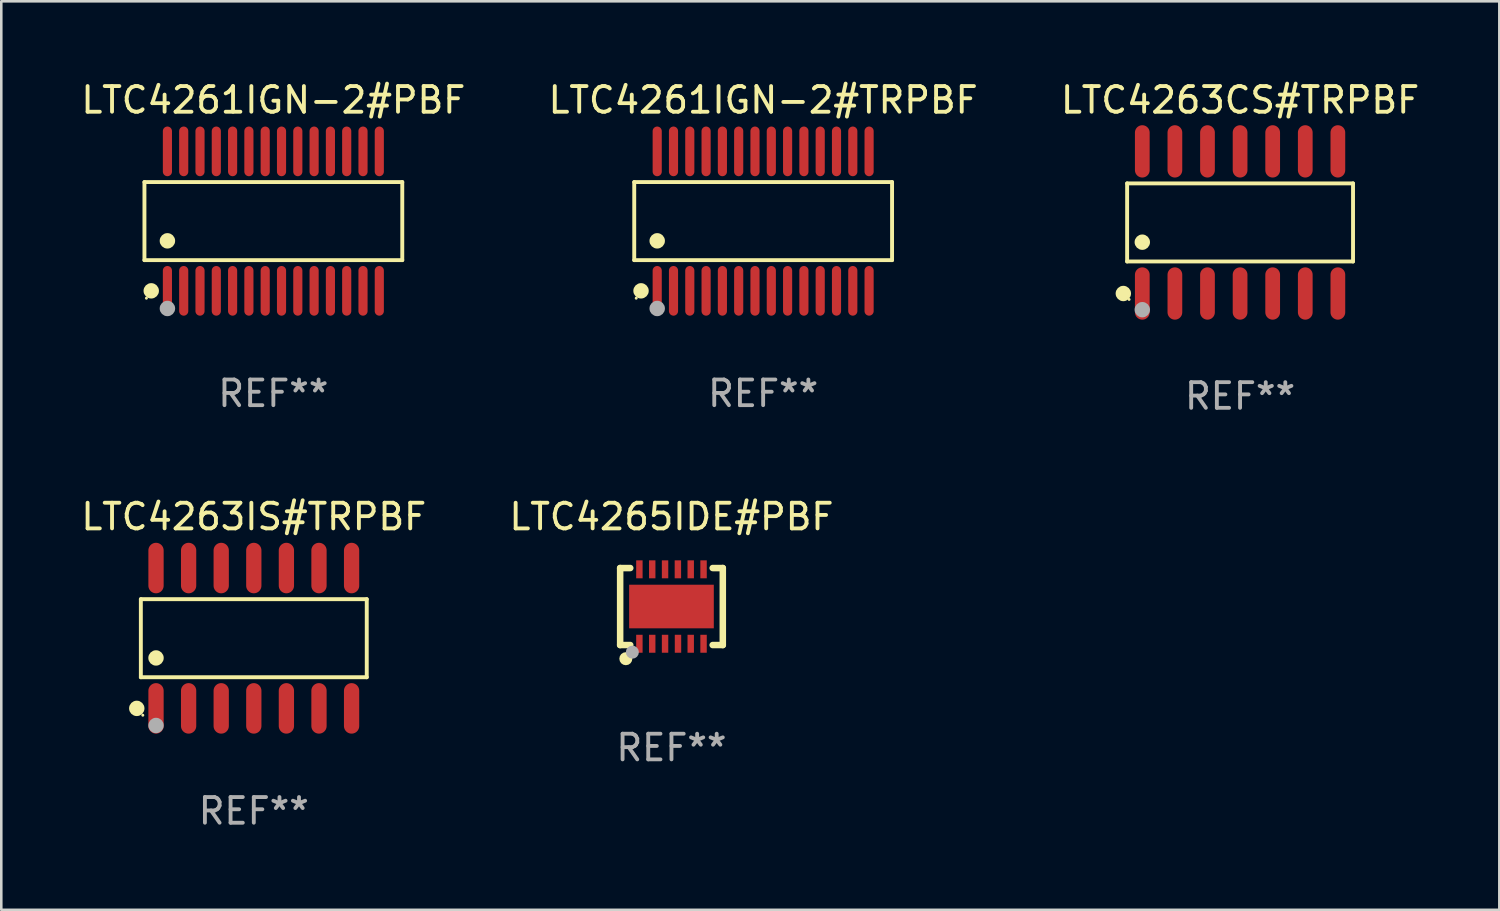
<source format=kicad_pcb>
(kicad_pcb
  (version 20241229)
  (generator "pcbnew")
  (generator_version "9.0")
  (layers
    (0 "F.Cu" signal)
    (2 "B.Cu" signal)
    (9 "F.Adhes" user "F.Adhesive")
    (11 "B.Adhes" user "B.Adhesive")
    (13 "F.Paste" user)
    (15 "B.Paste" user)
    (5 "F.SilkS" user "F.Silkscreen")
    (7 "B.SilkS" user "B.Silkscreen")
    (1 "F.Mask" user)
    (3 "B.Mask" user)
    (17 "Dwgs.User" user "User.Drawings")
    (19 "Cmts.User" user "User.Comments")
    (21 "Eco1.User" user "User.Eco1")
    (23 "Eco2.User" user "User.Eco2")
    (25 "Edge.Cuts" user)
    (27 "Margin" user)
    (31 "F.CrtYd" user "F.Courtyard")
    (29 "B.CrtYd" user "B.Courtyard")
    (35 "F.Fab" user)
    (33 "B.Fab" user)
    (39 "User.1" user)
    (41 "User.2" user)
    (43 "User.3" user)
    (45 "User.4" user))
  (footprint "LTC4263CS#TRPBF"
    (layer "F.Cu")
    (at 45.268 5.617)
    (property "Reference" "LTC4263CS#TRPBF" (at 0 -4.769 0) (layer "F.SilkS") (effects (font (size 1 1) (thickness 0.15))))
    (attr through_hole)
    (fp_line (start -4.401 -1.521) (end 4.401 -1.521) (stroke (width 0.152) (type solid)) (layer "F.SilkS"))
    (fp_line (start -4.401 1.521) (end -4.401 -1.521) (stroke (width 0.152) (type solid)) (layer "F.SilkS"))
    (fp_line (start 4.401 -1.521) (end 4.401 1.521) (stroke (width 0.152) (type solid)) (layer "F.SilkS"))
    (fp_line (start 4.401 1.521) (end -4.401 1.521) (stroke (width 0.152) (type solid)) (layer "F.SilkS"))
    (fp_circle (center -4.549 2.769) (end -4.399 2.769) (stroke (width 0.3) (type solid)) (fill no) (layer "F.SilkS"))
    (fp_circle (center -4.325 3) (end -4.295 3) (stroke (width 0.06) (type solid)) (fill no) (layer "F.SilkS"))
    (fp_circle (center -3.81 0.769) (end -3.66 0.769) (stroke (width 0.3) (type solid)) (fill no) (layer "F.SilkS"))
    (fp_circle (center -3.81 3.4) (end -3.66 3.4) (stroke (width 0.3) (type solid)) (fill no) (layer "F.Fab"))
    (fp_text user "REF**" (at 0 6.769 0) (layer "F.Fab") (effects (font (size 1 1) (thickness 0.15))))
    (pad "1" smd oval (at -3.81 2.769) (size 0.574 2.038) (layers "F.Cu" "F.Mask" "F.Paste"))
    (pad "2" smd oval (at -2.54 2.769) (size 0.574 2.038) (layers "F.Cu" "F.Mask" "F.Paste"))
    (pad "3" smd oval (at -1.27 2.769) (size 0.574 2.038) (layers "F.Cu" "F.Mask" "F.Paste"))
    (pad "4" smd oval (at 0 2.769) (size 0.574 2.038) (layers "F.Cu" "F.Mask" "F.Paste"))
    (pad "5" smd oval (at 1.27 2.769) (size 0.574 2.038) (layers "F.Cu" "F.Mask" "F.Paste"))
    (pad "6" smd oval (at 2.54 2.769) (size 0.574 2.038) (layers "F.Cu" "F.Mask" "F.Paste"))
    (pad "7" smd oval (at 3.81 2.769) (size 0.574 2.038) (layers "F.Cu" "F.Mask" "F.Paste"))
    (pad "8" smd oval (at 3.81 -2.769) (size 0.574 2.038) (layers "F.Cu" "F.Mask" "F.Paste"))
    (pad "9" smd oval (at 2.54 -2.769) (size 0.574 2.038) (layers "F.Cu" "F.Mask" "F.Paste"))
    (pad "10" smd oval (at 1.27 -2.769) (size 0.574 2.038) (layers "F.Cu" "F.Mask" "F.Paste"))
    (pad "11" smd oval (at 0 -2.769) (size 0.574 2.038) (layers "F.Cu" "F.Mask" "F.Paste"))
    (pad "12" smd oval (at -1.27 -2.769) (size 0.574 2.038) (layers "F.Cu" "F.Mask" "F.Paste"))
    (pad "13" smd oval (at -2.54 -2.769) (size 0.574 2.038) (layers "F.Cu" "F.Mask" "F.Paste"))
    (pad "14" smd oval (at -3.81 -2.769) (size 0.574 2.038) (layers "F.Cu" "F.Mask" "F.Paste")))
  (footprint "LTC4261IGN-2#TRPBF"
    (layer "F.Cu")
    (at 26.685 5.565)
    (property "Reference" "LTC4261IGN-2#TRPBF" (at 0 -4.717 0) (layer "F.SilkS") (effects (font (size 1 1) (thickness 0.15))))
    (attr through_hole)
    (fp_line (start -5.023 -1.521) (end 5.023 -1.521) (stroke (width 0.152) (type solid)) (layer "F.SilkS"))
    (fp_line (start -5.023 1.521) (end -5.023 -1.521) (stroke (width 0.152) (type solid)) (layer "F.SilkS"))
    (fp_line (start 5.023 -1.521) (end 5.023 1.521) (stroke (width 0.152) (type solid)) (layer "F.SilkS"))
    (fp_line (start 5.023 1.521) (end -5.023 1.521) (stroke (width 0.152) (type solid)) (layer "F.SilkS"))
    (fp_circle (center -4.946 3.004) (end -4.916 3.004) (stroke (width 0.06) (type solid)) (fill no) (layer "F.SilkS"))
    (fp_circle (center -4.758 2.717) (end -4.608 2.717) (stroke (width 0.3) (type solid)) (fill no) (layer "F.SilkS"))
    (fp_circle (center -4.128 0.769) (end -3.977 0.769) (stroke (width 0.3) (type solid)) (fill no) (layer "F.SilkS"))
    (fp_circle (center -4.128 3.404) (end -3.977 3.404) (stroke (width 0.3) (type solid)) (fill no) (layer "F.Fab"))
    (fp_text user "REF**" (at 0 6.717 0) (layer "F.Fab") (effects (font (size 1 1) (thickness 0.15))))
    (pad "1" smd oval (at -4.128 2.717) (size 0.356 1.935) (layers "F.Cu" "F.Mask" "F.Paste"))
    (pad "2" smd oval (at -3.493 2.717) (size 0.356 1.935) (layers "F.Cu" "F.Mask" "F.Paste"))
    (pad "3" smd oval (at -2.858 2.717) (size 0.356 1.935) (layers "F.Cu" "F.Mask" "F.Paste"))
    (pad "4" smd oval (at -2.223 2.717) (size 0.356 1.935) (layers "F.Cu" "F.Mask" "F.Paste"))
    (pad "5" smd oval (at -1.588 2.717) (size 0.356 1.935) (layers "F.Cu" "F.Mask" "F.Paste"))
    (pad "6" smd oval (at -0.953 2.717) (size 0.356 1.935) (layers "F.Cu" "F.Mask" "F.Paste"))
    (pad "7" smd oval (at -0.318 2.717) (size 0.356 1.935) (layers "F.Cu" "F.Mask" "F.Paste"))
    (pad "8" smd oval (at 0.318 2.717) (size 0.356 1.935) (layers "F.Cu" "F.Mask" "F.Paste"))
    (pad "9" smd oval (at 0.953 2.717) (size 0.356 1.935) (layers "F.Cu" "F.Mask" "F.Paste"))
    (pad "10" smd oval (at 1.588 2.717) (size 0.356 1.935) (layers "F.Cu" "F.Mask" "F.Paste"))
    (pad "11" smd oval (at 2.223 2.717) (size 0.356 1.935) (layers "F.Cu" "F.Mask" "F.Paste"))
    (pad "12" smd oval (at 2.858 2.717) (size 0.356 1.935) (layers "F.Cu" "F.Mask" "F.Paste"))
    (pad "13" smd oval (at 3.493 2.717) (size 0.356 1.935) (layers "F.Cu" "F.Mask" "F.Paste"))
    (pad "14" smd oval (at 4.128 2.717) (size 0.356 1.935) (layers "F.Cu" "F.Mask" "F.Paste"))
    (pad "15" smd oval (at 4.128 -2.717) (size 0.356 1.935) (layers "F.Cu" "F.Mask" "F.Paste"))
    (pad "16" smd oval (at 3.493 -2.717) (size 0.356 1.935) (layers "F.Cu" "F.Mask" "F.Paste"))
    (pad "17" smd oval (at 2.858 -2.717) (size 0.356 1.935) (layers "F.Cu" "F.Mask" "F.Paste"))
    (pad "18" smd oval (at 2.223 -2.717) (size 0.356 1.935) (layers "F.Cu" "F.Mask" "F.Paste"))
    (pad "19" smd oval (at 1.588 -2.717) (size 0.356 1.935) (layers "F.Cu" "F.Mask" "F.Paste"))
    (pad "20" smd oval (at 0.953 -2.717) (size 0.356 1.935) (layers "F.Cu" "F.Mask" "F.Paste"))
    (pad "21" smd oval (at 0.318 -2.717) (size 0.356 1.935) (layers "F.Cu" "F.Mask" "F.Paste"))
    (pad "22" smd oval (at -0.318 -2.717) (size 0.356 1.935) (layers "F.Cu" "F.Mask" "F.Paste"))
    (pad "23" smd oval (at -0.953 -2.717) (size 0.356 1.935) (layers "F.Cu" "F.Mask" "F.Paste"))
    (pad "24" smd oval (at -1.588 -2.717) (size 0.356 1.935) (layers "F.Cu" "F.Mask" "F.Paste"))
    (pad "25" smd oval (at -2.223 -2.717) (size 0.356 1.935) (layers "F.Cu" "F.Mask" "F.Paste"))
    (pad "26" smd oval (at -2.858 -2.717) (size 0.356 1.935) (layers "F.Cu" "F.Mask" "F.Paste"))
    (pad "27" smd oval (at -3.493 -2.717) (size 0.356 1.935) (layers "F.Cu" "F.Mask" "F.Paste"))
    (pad "28" smd oval (at -4.128 -2.717) (size 0.356 1.935) (layers "F.Cu" "F.Mask" "F.Paste")))
  (footprint "LTC4263IS#TRPBF"
    (layer "F.Cu")
    (at 6.839 21.817)
    (property "Reference" "LTC4263IS#TRPBF" (at 0 -4.734 0) (layer "F.SilkS") (effects (font (size 1 1) (thickness 0.15))))
    (attr through_hole)
    (fp_line (start -4.401 -1.521) (end 4.401 -1.521) (stroke (width 0.152) (type solid)) (layer "F.SilkS"))
    (fp_line (start -4.401 1.521) (end -4.401 -1.521) (stroke (width 0.152) (type solid)) (layer "F.SilkS"))
    (fp_line (start 4.401 -1.521) (end 4.401 1.521) (stroke (width 0.152) (type solid)) (layer "F.SilkS"))
    (fp_line (start 4.401 1.521) (end -4.401 1.521) (stroke (width 0.152) (type solid)) (layer "F.SilkS"))
    (fp_circle (center -4.56 2.734) (end -4.41 2.734) (stroke (width 0.3) (type solid)) (fill no) (layer "F.SilkS"))
    (fp_circle (center -4.325 3) (end -4.295 3) (stroke (width 0.06) (type solid)) (fill no) (layer "F.SilkS"))
    (fp_circle (center -3.81 0.769) (end -3.66 0.769) (stroke (width 0.3) (type solid)) (fill no) (layer "F.SilkS"))
    (fp_circle (center -3.81 3.4) (end -3.66 3.4) (stroke (width 0.3) (type solid)) (fill no) (layer "F.Fab"))
    (fp_text user "REF**" (at 0 6.734 0) (layer "F.Fab") (effects (font (size 1 1) (thickness 0.15))))
    (pad "1" smd oval (at -3.81 2.734) (size 0.595 1.968) (layers "F.Cu" "F.Mask" "F.Paste"))
    (pad "2" smd oval (at -2.54 2.734) (size 0.595 1.968) (layers "F.Cu" "F.Mask" "F.Paste"))
    (pad "3" smd oval (at -1.27 2.734) (size 0.595 1.968) (layers "F.Cu" "F.Mask" "F.Paste"))
    (pad "4" smd oval (at 0 2.734) (size 0.595 1.968) (layers "F.Cu" "F.Mask" "F.Paste"))
    (pad "5" smd oval (at 1.27 2.734) (size 0.595 1.968) (layers "F.Cu" "F.Mask" "F.Paste"))
    (pad "6" smd oval (at 2.54 2.734) (size 0.595 1.968) (layers "F.Cu" "F.Mask" "F.Paste"))
    (pad "7" smd oval (at 3.81 2.734) (size 0.595 1.968) (layers "F.Cu" "F.Mask" "F.Paste"))
    (pad "8" smd oval (at 3.81 -2.734) (size 0.595 1.968) (layers "F.Cu" "F.Mask" "F.Paste"))
    (pad "9" smd oval (at 2.54 -2.734) (size 0.595 1.968) (layers "F.Cu" "F.Mask" "F.Paste"))
    (pad "10" smd oval (at 1.27 -2.734) (size 0.595 1.968) (layers "F.Cu" "F.Mask" "F.Paste"))
    (pad "11" smd oval (at 0 -2.734) (size 0.595 1.968) (layers "F.Cu" "F.Mask" "F.Paste"))
    (pad "12" smd oval (at -1.27 -2.734) (size 0.595 1.968) (layers "F.Cu" "F.Mask" "F.Paste"))
    (pad "13" smd oval (at -2.54 -2.734) (size 0.595 1.968) (layers "F.Cu" "F.Mask" "F.Paste"))
    (pad "14" smd oval (at -3.81 -2.734) (size 0.595 1.968) (layers "F.Cu" "F.Mask" "F.Paste")))
  (footprint "LTC4265IDE#PBF"
    (layer "F.Cu")
    (at 23.113 20.583)
    (property "Reference" "LTC4265IDE#PBF" (at 0 -3.5 0) (layer "F.SilkS") (effects (font (size 1 1) (thickness 0.15))))
    (attr through_hole)
    (fp_line (start -2 -1.5) (end -2 1.5) (stroke (width 0.254) (type solid)) (layer "F.SilkS"))
    (fp_line (start -2 -1.5) (end -1.606 -1.5) (stroke (width 0.254) (type solid)) (layer "F.SilkS"))
    (fp_line (start -2 1.5) (end -1.606 1.5) (stroke (width 0.254) (type solid)) (layer "F.SilkS"))
    (fp_line (start 1.606 -1.5) (end 2 -1.5) (stroke (width 0.254) (type solid)) (layer "F.SilkS"))
    (fp_line (start 1.606 1.5) (end 2 1.5) (stroke (width 0.254) (type solid)) (layer "F.SilkS"))
    (fp_line (start 2 1.5) (end 2 -1.5) (stroke (width 0.254) (type solid)) (layer "F.SilkS"))
    (fp_circle (center -2 1.5) (end -1.97 1.5) (stroke (width 0.06) (type solid)) (fill no) (layer "F.SilkS"))
    (fp_circle (center -1.778 2.032) (end -1.651 2.032) (stroke (width 0.254) (type solid)) (fill no) (layer "F.SilkS"))
    (fp_circle (center -1.524 1.778) (end -1.397 1.778) (stroke (width 0.254) (type solid)) (fill no) (layer "F.Fab"))
    (fp_text user "REF**" (at 0 5.5 0) (layer "F.Fab") (effects (font (size 1 1) (thickness 0.15))))
    (pad "1" smd rect (at -1.25 1.45) (size 0.25 0.7) (layers "F.Cu" "F.Mask" "F.Paste"))
    (pad "2" smd rect (at -0.75 1.45) (size 0.25 0.7) (layers "F.Cu" "F.Mask" "F.Paste"))
    (pad "3" smd rect (at -0.25 1.45) (size 0.25 0.7) (layers "F.Cu" "F.Mask" "F.Paste"))
    (pad "4" smd rect (at 0.254 1.45) (size 0.25 0.7) (layers "F.Cu" "F.Mask" "F.Paste"))
    (pad "5" smd rect (at 0.75 1.45) (size 0.25 0.7) (layers "F.Cu" "F.Mask" "F.Paste"))
    (pad "6" smd rect (at 1.25 1.45) (size 0.25 0.7) (layers "F.Cu" "F.Mask" "F.Paste"))
    (pad "7" smd rect (at 1.25 -1.45) (size 0.25 0.7) (layers "F.Cu" "F.Mask" "F.Paste"))
    (pad "8" smd rect (at 0.75 -1.45) (size 0.25 0.7) (layers "F.Cu" "F.Mask" "F.Paste"))
    (pad "9" smd rect (at 0.25 -1.45) (size 0.25 0.7) (layers "F.Cu" "F.Mask" "F.Paste"))
    (pad "10" smd rect (at -0.25 -1.45) (size 0.25 0.7) (layers "F.Cu" "F.Mask" "F.Paste"))
    (pad "11" smd rect (at -0.75 -1.45) (size 0.25 0.7) (layers "F.Cu" "F.Mask" "F.Paste"))
    (pad "12" smd rect (at -1.25 -1.45) (size 0.25 0.7) (layers "F.Cu" "F.Mask" "F.Paste"))
    (pad "13" smd rect (at 0 -0.001) (size 3.299 1.699) (layers "F.Cu" "F.Mask" "F.Paste")))
  (footprint "LTC4261IGN-2#PBF"
    (layer "F.Cu")
    (at 7.601 5.565)
    (property "Reference" "LTC4261IGN-2#PBF" (at 0 -4.717 0) (layer "F.SilkS") (effects (font (size 1 1) (thickness 0.15))))
    (attr through_hole)
    (fp_line (start -5.023 -1.521) (end 5.023 -1.521) (stroke (width 0.152) (type solid)) (layer "F.SilkS"))
    (fp_line (start -5.023 1.521) (end -5.023 -1.521) (stroke (width 0.152) (type solid)) (layer "F.SilkS"))
    (fp_line (start 5.023 -1.521) (end 5.023 1.521) (stroke (width 0.152) (type solid)) (layer "F.SilkS"))
    (fp_line (start 5.023 1.521) (end -5.023 1.521) (stroke (width 0.152) (type solid)) (layer "F.SilkS"))
    (fp_circle (center -4.946 3.004) (end -4.916 3.004) (stroke (width 0.06) (type solid)) (fill no) (layer "F.SilkS"))
    (fp_circle (center -4.758 2.717) (end -4.608 2.717) (stroke (width 0.3) (type solid)) (fill no) (layer "F.SilkS"))
    (fp_circle (center -4.128 0.769) (end -3.977 0.769) (stroke (width 0.3) (type solid)) (fill no) (layer "F.SilkS"))
    (fp_circle (center -4.128 3.404) (end -3.977 3.404) (stroke (width 0.3) (type solid)) (fill no) (layer "F.Fab"))
    (fp_text user "REF**" (at 0 6.717 0) (layer "F.Fab") (effects (font (size 1 1) (thickness 0.15))))
    (pad "1" smd oval (at -4.128 2.717) (size 0.356 1.935) (layers "F.Cu" "F.Mask" "F.Paste"))
    (pad "2" smd oval (at -3.493 2.717) (size 0.356 1.935) (layers "F.Cu" "F.Mask" "F.Paste"))
    (pad "3" smd oval (at -2.858 2.717) (size 0.356 1.935) (layers "F.Cu" "F.Mask" "F.Paste"))
    (pad "4" smd oval (at -2.223 2.717) (size 0.356 1.935) (layers "F.Cu" "F.Mask" "F.Paste"))
    (pad "5" smd oval (at -1.588 2.717) (size 0.356 1.935) (layers "F.Cu" "F.Mask" "F.Paste"))
    (pad "6" smd oval (at -0.953 2.717) (size 0.356 1.935) (layers "F.Cu" "F.Mask" "F.Paste"))
    (pad "7" smd oval (at -0.318 2.717) (size 0.356 1.935) (layers "F.Cu" "F.Mask" "F.Paste"))
    (pad "8" smd oval (at 0.318 2.717) (size 0.356 1.935) (layers "F.Cu" "F.Mask" "F.Paste"))
    (pad "9" smd oval (at 0.953 2.717) (size 0.356 1.935) (layers "F.Cu" "F.Mask" "F.Paste"))
    (pad "10" smd oval (at 1.588 2.717) (size 0.356 1.935) (layers "F.Cu" "F.Mask" "F.Paste"))
    (pad "11" smd oval (at 2.223 2.717) (size 0.356 1.935) (layers "F.Cu" "F.Mask" "F.Paste"))
    (pad "12" smd oval (at 2.858 2.717) (size 0.356 1.935) (layers "F.Cu" "F.Mask" "F.Paste"))
    (pad "13" smd oval (at 3.493 2.717) (size 0.356 1.935) (layers "F.Cu" "F.Mask" "F.Paste"))
    (pad "14" smd oval (at 4.128 2.717) (size 0.356 1.935) (layers "F.Cu" "F.Mask" "F.Paste"))
    (pad "15" smd oval (at 4.128 -2.717) (size 0.356 1.935) (layers "F.Cu" "F.Mask" "F.Paste"))
    (pad "16" smd oval (at 3.493 -2.717) (size 0.356 1.935) (layers "F.Cu" "F.Mask" "F.Paste"))
    (pad "17" smd oval (at 2.858 -2.717) (size 0.356 1.935) (layers "F.Cu" "F.Mask" "F.Paste"))
    (pad "18" smd oval (at 2.223 -2.717) (size 0.356 1.935) (layers "F.Cu" "F.Mask" "F.Paste"))
    (pad "19" smd oval (at 1.588 -2.717) (size 0.356 1.935) (layers "F.Cu" "F.Mask" "F.Paste"))
    (pad "20" smd oval (at 0.953 -2.717) (size 0.356 1.935) (layers "F.Cu" "F.Mask" "F.Paste"))
    (pad "21" smd oval (at 0.318 -2.717) (size 0.356 1.935) (layers "F.Cu" "F.Mask" "F.Paste"))
    (pad "22" smd oval (at -0.318 -2.717) (size 0.356 1.935) (layers "F.Cu" "F.Mask" "F.Paste"))
    (pad "23" smd oval (at -0.953 -2.717) (size 0.356 1.935) (layers "F.Cu" "F.Mask" "F.Paste"))
    (pad "24" smd oval (at -1.588 -2.717) (size 0.356 1.935) (layers "F.Cu" "F.Mask" "F.Paste"))
    (pad "25" smd oval (at -2.223 -2.717) (size 0.356 1.935) (layers "F.Cu" "F.Mask" "F.Paste"))
    (pad "26" smd oval (at -2.858 -2.717) (size 0.356 1.935) (layers "F.Cu" "F.Mask" "F.Paste"))
    (pad "27" smd oval (at -3.493 -2.717) (size 0.356 1.935) (layers "F.Cu" "F.Mask" "F.Paste"))
    (pad "28" smd oval (at -4.128 -2.717) (size 0.356 1.935) (layers "F.Cu" "F.Mask" "F.Paste")))
  (gr_rect
    (start -3 -3)
    (end 55.369 32.399)
    (stroke (width 0.1) (type default))
    (fill no)
    (layer "Edge.Cuts")))
</source>
